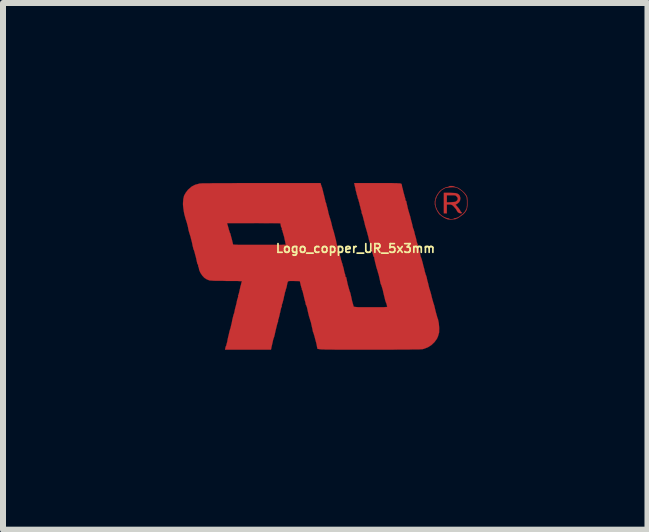
<source format=kicad_pcb>
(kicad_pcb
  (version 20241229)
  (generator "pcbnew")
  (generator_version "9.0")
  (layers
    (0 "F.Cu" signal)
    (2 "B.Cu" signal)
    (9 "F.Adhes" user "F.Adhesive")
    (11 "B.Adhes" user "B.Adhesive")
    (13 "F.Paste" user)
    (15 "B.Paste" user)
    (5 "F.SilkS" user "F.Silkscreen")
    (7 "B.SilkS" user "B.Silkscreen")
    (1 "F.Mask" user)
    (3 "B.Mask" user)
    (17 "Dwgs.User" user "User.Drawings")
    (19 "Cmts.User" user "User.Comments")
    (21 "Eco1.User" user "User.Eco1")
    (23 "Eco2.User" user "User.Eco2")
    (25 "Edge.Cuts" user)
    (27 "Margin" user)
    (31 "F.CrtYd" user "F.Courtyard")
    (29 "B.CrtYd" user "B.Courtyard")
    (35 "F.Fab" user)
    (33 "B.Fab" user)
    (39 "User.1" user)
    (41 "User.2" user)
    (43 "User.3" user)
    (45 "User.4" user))
  (footprint "Logo_copper_UR_5x3mm"
    (layer "F.Cu")
    (at 2.376 1.391)
    (property "Reference" "Logo_copper_UR_5x3mm" (at 0.5 -0.3 0) (layer "F.SilkS") (effects (font (size 0.145 0.145) (thickness 0.028))))
    (attr exclude_from_pos_files exclude_from_bom)
    (fp_poly (pts (xy 2.276 -0.894) (xy 2.268 -0.886) (xy 2.253 -0.884) (xy 2.233 -0.889) (xy 2.217 -0.897) (xy 2.212 -0.899) (xy 2.197 -0.917) (xy 2.187 -0.937) (xy 2.174 -0.958) (xy 2.154 -0.98) (xy 2.141 -0.996) (xy 2.121 -1.016) (xy 2.103 -1.026) (xy 2.085 -1.031) (xy 2.065 -1.031) (xy 2.024 -1.031) (xy 2.024 -0.958) (xy 2.024 -0.884) (xy 1.999 -0.884) (xy 1.974 -0.884) (xy 1.974 -1.057) (xy 1.974 -1.227) (xy 2.073 -1.227) (xy 2.126 -1.224) (xy 2.169 -1.222) (xy 2.197 -1.214) (xy 2.22 -1.201) (xy 2.233 -1.186) (xy 2.238 -1.179) (xy 2.25 -1.14) (xy 2.245 -1.102) (xy 2.228 -1.069) (xy 2.225 -1.069) (xy 2.207 -1.052) (xy 2.207 -1.123) (xy 2.202 -1.146) (xy 2.189 -1.163) (xy 2.179 -1.173) (xy 2.169 -1.181) (xy 2.151 -1.184) (xy 2.129 -1.186) (xy 2.098 -1.186) (xy 2.024 -1.186) (xy 2.024 -1.128) (xy 2.024 -1.067) (xy 2.088 -1.069) (xy 2.121 -1.072) (xy 2.149 -1.074) (xy 2.169 -1.079) (xy 2.172 -1.079) (xy 2.197 -1.1) (xy 2.207 -1.123) (xy 2.207 -1.052) (xy 2.189 -1.039) (xy 2.182 -1.036) (xy 2.172 -1.034) (xy 2.172 -1.029) (xy 2.177 -1.019) (xy 2.195 -1.001) (xy 2.197 -0.996) (xy 2.22 -0.97) (xy 2.238 -0.945) (xy 2.245 -0.932) (xy 2.256 -0.912) (xy 2.266 -0.902) (xy 2.268 -0.902) (xy 2.276 -0.894)) (stroke (width 0.003) (type solid)) (fill yes) (layer "F.Cu"))
    (fp_poly (pts (xy 2.367 -1.062) (xy 2.367 -1.008) (xy 2.36 -0.965) (xy 2.36 -0.963) (xy 2.36 -1.054) (xy 2.36 -1.059) (xy 2.36 -1.1) (xy 2.357 -1.128) (xy 2.355 -1.148) (xy 2.349 -1.166) (xy 2.339 -1.181) (xy 2.337 -1.186) (xy 2.314 -1.217) (xy 2.281 -1.252) (xy 2.243 -1.28) (xy 2.207 -1.303) (xy 2.202 -1.306) (xy 2.169 -1.316) (xy 2.126 -1.321) (xy 2.08 -1.318) (xy 2.035 -1.313) (xy 1.996 -1.306) (xy 1.986 -1.3) (xy 1.935 -1.27) (xy 1.892 -1.224) (xy 1.859 -1.171) (xy 1.836 -1.107) (xy 1.831 -1.052) (xy 1.841 -0.993) (xy 1.864 -0.937) (xy 1.9 -0.884) (xy 1.913 -0.869) (xy 1.938 -0.848) (xy 1.968 -0.828) (xy 2.002 -0.813) (xy 2.029 -0.803) (xy 2.035 -0.803) (xy 2.052 -0.8) (xy 2.06 -0.795) (xy 2.07 -0.79) (xy 2.09 -0.787) (xy 2.101 -0.787) (xy 2.123 -0.79) (xy 2.139 -0.792) (xy 2.141 -0.795) (xy 2.151 -0.803) (xy 2.164 -0.803) (xy 2.192 -0.81) (xy 2.225 -0.826) (xy 2.258 -0.851) (xy 2.294 -0.879) (xy 2.322 -0.909) (xy 2.337 -0.935) (xy 2.347 -0.953) (xy 2.355 -0.968) (xy 2.357 -0.988) (xy 2.36 -1.016) (xy 2.36 -1.054) (xy 2.36 -0.963) (xy 2.347 -0.93) (xy 2.324 -0.897) (xy 2.294 -0.866) (xy 2.248 -0.833) (xy 2.238 -0.826) (xy 2.207 -0.805) (xy 2.184 -0.795) (xy 2.164 -0.787) (xy 2.136 -0.785) (xy 2.121 -0.785) (xy 2.088 -0.782) (xy 2.06 -0.782) (xy 2.04 -0.785) (xy 2.012 -0.795) (xy 1.976 -0.813) (xy 1.941 -0.836) (xy 1.91 -0.861) (xy 1.897 -0.871) (xy 1.869 -0.912) (xy 1.844 -0.96) (xy 1.829 -1.013) (xy 1.824 -1.031) (xy 1.824 -1.085) (xy 1.836 -1.14) (xy 1.862 -1.194) (xy 1.897 -1.242) (xy 1.91 -1.257) (xy 1.943 -1.283) (xy 1.976 -1.303) (xy 2.012 -1.318) (xy 2.037 -1.323) (xy 2.052 -1.328) (xy 2.06 -1.331) (xy 2.07 -1.339) (xy 2.09 -1.339) (xy 2.116 -1.339) (xy 2.136 -1.336) (xy 2.144 -1.333) (xy 2.159 -1.326) (xy 2.184 -1.318) (xy 2.189 -1.316) (xy 2.217 -1.306) (xy 2.25 -1.283) (xy 2.283 -1.257) (xy 2.316 -1.227) (xy 2.339 -1.199) (xy 2.349 -1.184) (xy 2.36 -1.163) (xy 2.365 -1.143) (xy 2.367 -1.118) (xy 2.367 -1.082) (xy 2.367 -1.062)) (stroke (width 0.003) (type solid)) (fill yes) (layer "F.Cu"))
    (fp_poly (pts (xy 1.897 1.029) (xy 1.895 1.102) (xy 1.877 1.166) (xy 1.859 1.206) (xy 1.819 1.262) (xy 1.768 1.311) (xy 1.709 1.349) (xy 1.643 1.374) (xy 1.613 1.382) (xy 1.595 1.382) (xy 1.565 1.384) (xy 1.519 1.384) (xy 1.458 1.384) (xy 1.384 1.387) (xy 1.3 1.387) (xy 1.201 1.387) (xy 1.095 1.389) (xy 0.975 1.389) (xy 0.848 1.389) (xy 0.724 1.389) (xy 0.587 1.389) (xy 0.465 1.389) (xy 0.358 1.389) (xy 0.264 1.389) (xy 0.183 1.389) (xy 0.112 1.387) (xy 0.053 1.387) (xy 0.005 1.387) (xy -0.033 1.384) (xy -0.064 1.384) (xy -0.089 1.382) (xy -0.107 1.379) (xy -0.119 1.377) (xy -0.13 1.374) (xy -0.135 1.372) (xy -0.137 1.367) (xy -0.137 1.364) (xy -0.137 1.359) (xy -0.137 1.356) (xy -0.14 1.344) (xy -0.145 1.316) (xy -0.152 1.283) (xy -0.163 1.242) (xy -0.173 1.204) (xy -0.183 1.166) (xy -0.191 1.138) (xy -0.198 1.118) (xy -0.198 1.115) (xy -0.206 1.095) (xy -0.211 1.082) (xy -0.211 1.079) (xy -0.213 1.067) (xy -0.218 1.041) (xy -0.226 1.008) (xy -0.234 0.973) (xy -0.241 0.937) (xy -0.251 0.909) (xy -0.257 0.886) (xy -0.259 0.881) (xy -0.264 0.864) (xy -0.274 0.833) (xy -0.284 0.792) (xy -0.295 0.744) (xy -0.307 0.688) (xy -0.315 0.663) (xy -0.323 0.645) (xy -0.325 0.64) (xy -0.33 0.635) (xy -0.33 0.627) (xy -0.333 0.607) (xy -0.335 0.599) (xy -0.338 0.587) (xy -0.345 0.564) (xy -0.353 0.531) (xy -0.361 0.495) (xy -0.371 0.457) (xy -0.378 0.424) (xy -0.386 0.401) (xy -0.391 0.391) (xy -0.396 0.378) (xy -0.394 0.373) (xy -0.394 0.366) (xy -0.396 0.363) (xy -0.401 0.356) (xy -0.406 0.335) (xy -0.414 0.307) (xy -0.414 0.305) (xy -0.427 0.246) (xy -0.526 0.244) (xy -0.566 0.244) (xy -0.594 0.244) (xy -0.615 0.246) (xy -0.625 0.254) (xy -0.632 0.269) (xy -0.638 0.295) (xy -0.643 0.32) (xy -0.648 0.345) (xy -0.653 0.366) (xy -0.655 0.368) (xy -0.655 -0.361) (xy -0.665 -0.373) (xy -0.665 -0.378) (xy -0.668 -0.391) (xy -0.673 -0.419) (xy -0.681 -0.452) (xy -0.688 -0.49) (xy -0.699 -0.526) (xy -0.709 -0.561) (xy -0.716 -0.587) (xy -0.721 -0.605) (xy -0.724 -0.607) (xy -0.729 -0.622) (xy -0.726 -0.63) (xy -0.726 -0.64) (xy -0.729 -0.64) (xy -0.734 -0.648) (xy -0.742 -0.665) (xy -0.744 -0.681) (xy -0.752 -0.719) (xy -1.196 -0.721) (xy -1.641 -0.721) (xy -1.618 -0.643) (xy -1.61 -0.61) (xy -1.6 -0.582) (xy -1.595 -0.564) (xy -1.593 -0.559) (xy -1.587 -0.551) (xy -1.582 -0.531) (xy -1.577 -0.511) (xy -1.567 -0.475) (xy -1.557 -0.437) (xy -1.554 -0.422) (xy -1.547 -0.396) (xy -1.542 -0.373) (xy -1.539 -0.366) (xy -1.534 -0.363) (xy -1.524 -0.363) (xy -1.504 -0.361) (xy -1.476 -0.361) (xy -1.438 -0.358) (xy -1.387 -0.358) (xy -1.326 -0.358) (xy -1.25 -0.358) (xy -1.161 -0.358) (xy -1.09 -0.358) (xy -1.008 -0.358) (xy -0.93 -0.358) (xy -0.859 -0.358) (xy -0.798 -0.358) (xy -0.744 -0.358) (xy -0.701 -0.361) (xy -0.673 -0.361) (xy -0.658 -0.361) (xy -0.655 -0.361) (xy -0.655 0.368) (xy -0.658 0.373) (xy -0.66 0.381) (xy -0.665 0.404) (xy -0.676 0.437) (xy -0.683 0.475) (xy -0.691 0.503) (xy -0.699 0.546) (xy -0.709 0.584) (xy -0.716 0.612) (xy -0.724 0.63) (xy -0.724 0.635) (xy -0.729 0.645) (xy -0.729 0.65) (xy -0.726 0.665) (xy -0.729 0.671) (xy -0.734 0.681) (xy -0.742 0.704) (xy -0.749 0.737) (xy -0.757 0.775) (xy -0.759 0.78) (xy -0.767 0.818) (xy -0.775 0.851) (xy -0.782 0.876) (xy -0.787 0.886) (xy -0.787 0.889) (xy -0.79 0.902) (xy -0.79 0.907) (xy -0.79 0.922) (xy -0.792 0.927) (xy -0.798 0.94) (xy -0.805 0.963) (xy -0.813 0.996) (xy -0.823 1.036) (xy -0.828 1.057) (xy -0.838 1.1) (xy -0.846 1.138) (xy -0.853 1.166) (xy -0.859 1.186) (xy -0.861 1.189) (xy -0.866 1.204) (xy -0.874 1.232) (xy -0.881 1.265) (xy -0.884 1.28) (xy -0.892 1.313) (xy -0.899 1.344) (xy -0.904 1.367) (xy -0.904 1.372) (xy -0.909 1.389) (xy -1.293 1.389) (xy -1.674 1.389) (xy -1.669 1.361) (xy -1.664 1.341) (xy -1.659 1.328) (xy -1.656 1.328) (xy -1.654 1.318) (xy -1.648 1.293) (xy -1.638 1.26) (xy -1.631 1.219) (xy -1.621 1.173) (xy -1.61 1.128) (xy -1.603 1.097) (xy -1.598 1.074) (xy -1.593 1.062) (xy -1.593 1.059) (xy -1.59 1.049) (xy -1.582 1.026) (xy -1.575 0.993) (xy -1.565 0.953) (xy -1.56 0.93) (xy -1.552 0.886) (xy -1.542 0.846) (xy -1.534 0.815) (xy -1.529 0.795) (xy -1.527 0.792) (xy -1.521 0.777) (xy -1.516 0.752) (xy -1.509 0.716) (xy -1.499 0.676) (xy -1.494 0.658) (xy -1.483 0.615) (xy -1.476 0.577) (xy -1.468 0.544) (xy -1.46 0.526) (xy -1.46 0.521) (xy -1.455 0.505) (xy -1.455 0.498) (xy -1.458 0.488) (xy -1.455 0.483) (xy -1.45 0.472) (xy -1.443 0.45) (xy -1.435 0.417) (xy -1.427 0.378) (xy -1.425 0.373) (xy -1.417 0.333) (xy -1.407 0.3) (xy -1.402 0.274) (xy -1.397 0.262) (xy -1.392 0.251) (xy -1.394 0.249) (xy -1.405 0.246) (xy -1.427 0.246) (xy -1.463 0.244) (xy -1.509 0.244) (xy -1.562 0.244) (xy -1.623 0.244) (xy -1.646 0.244) (xy -1.709 0.241) (xy -1.77 0.241) (xy -1.824 0.241) (xy -1.872 0.239) (xy -1.908 0.236) (xy -1.93 0.236) (xy -1.933 0.234) (xy -1.976 0.218) (xy -2.019 0.191) (xy -2.055 0.152) (xy -2.085 0.107) (xy -2.106 0.058) (xy -2.108 0.041) (xy -2.113 0.02) (xy -2.118 0.005) (xy -2.121 0.003) (xy -2.123 -0.005) (xy -2.123 -0.015) (xy -2.123 -0.028) (xy -2.126 -0.03) (xy -2.134 -0.038) (xy -2.139 -0.056) (xy -2.139 -0.058) (xy -2.146 -0.089) (xy -2.154 -0.127) (xy -2.164 -0.168) (xy -2.174 -0.203) (xy -2.182 -0.236) (xy -2.189 -0.259) (xy -2.192 -0.269) (xy -2.2 -0.284) (xy -2.205 -0.305) (xy -2.205 -0.307) (xy -2.215 -0.345) (xy -2.223 -0.389) (xy -2.233 -0.429) (xy -2.243 -0.467) (xy -2.25 -0.498) (xy -2.258 -0.518) (xy -2.258 -0.523) (xy -2.263 -0.536) (xy -2.271 -0.564) (xy -2.281 -0.597) (xy -2.289 -0.638) (xy -2.291 -0.65) (xy -2.301 -0.691) (xy -2.311 -0.729) (xy -2.322 -0.762) (xy -2.327 -0.78) (xy -2.329 -0.782) (xy -2.339 -0.82) (xy -2.352 -0.866) (xy -2.362 -0.919) (xy -2.37 -0.975) (xy -2.375 -1.026) (xy -2.375 -1.057) (xy -2.37 -1.123) (xy -2.357 -1.179) (xy -2.329 -1.229) (xy -2.291 -1.278) (xy -2.283 -1.285) (xy -2.23 -1.331) (xy -2.172 -1.361) (xy -2.103 -1.379) (xy -2.101 -1.382) (xy -2.085 -1.382) (xy -2.052 -1.384) (xy -2.007 -1.384) (xy -1.943 -1.384) (xy -1.869 -1.387) (xy -1.778 -1.387) (xy -1.676 -1.387) (xy -1.562 -1.387) (xy -1.433 -1.389) (xy -1.295 -1.389) (xy -1.146 -1.389) (xy -1.067 -1.389) (xy -0.081 -1.389) (xy -0.076 -1.367) (xy -0.069 -1.346) (xy -0.066 -1.336) (xy -0.061 -1.321) (xy -0.058 -1.321) (xy -0.056 -1.306) (xy -0.053 -1.3) (xy -0.051 -1.288) (xy -0.043 -1.262) (xy -0.036 -1.229) (xy -0.025 -1.189) (xy -0.023 -1.181) (xy -0.013 -1.14) (xy -0.005 -1.105) (xy 0 -1.077) (xy 0.008 -1.062) (xy 0.008 -1.059) (xy 0.013 -1.046) (xy 0.018 -1.019) (xy 0.028 -0.986) (xy 0.038 -0.945) (xy 0.041 -0.937) (xy 0.048 -0.897) (xy 0.058 -0.861) (xy 0.066 -0.833) (xy 0.071 -0.818) (xy 0.071 -0.815) (xy 0.076 -0.803) (xy 0.084 -0.775) (xy 0.094 -0.742) (xy 0.104 -0.701) (xy 0.104 -0.699) (xy 0.114 -0.658) (xy 0.124 -0.622) (xy 0.132 -0.597) (xy 0.137 -0.582) (xy 0.137 -0.579) (xy 0.142 -0.566) (xy 0.147 -0.541) (xy 0.157 -0.508) (xy 0.165 -0.472) (xy 0.175 -0.437) (xy 0.18 -0.406) (xy 0.185 -0.386) (xy 0.185 -0.381) (xy 0.188 -0.368) (xy 0.196 -0.348) (xy 0.198 -0.345) (xy 0.203 -0.328) (xy 0.213 -0.3) (xy 0.224 -0.262) (xy 0.234 -0.218) (xy 0.234 -0.213) (xy 0.244 -0.173) (xy 0.254 -0.14) (xy 0.259 -0.112) (xy 0.264 -0.097) (xy 0.269 -0.081) (xy 0.272 -0.076) (xy 0.274 -0.061) (xy 0.277 -0.056) (xy 0.282 -0.043) (xy 0.287 -0.018) (xy 0.297 0.013) (xy 0.305 0.043) (xy 0.312 0.081) (xy 0.32 0.112) (xy 0.328 0.135) (xy 0.33 0.145) (xy 0.333 0.163) (xy 0.333 0.168) (xy 0.338 0.178) (xy 0.34 0.178) (xy 0.348 0.183) (xy 0.348 0.191) (xy 0.351 0.203) (xy 0.356 0.229) (xy 0.363 0.262) (xy 0.371 0.3) (xy 0.381 0.335) (xy 0.391 0.371) (xy 0.399 0.399) (xy 0.404 0.414) (xy 0.404 0.417) (xy 0.409 0.427) (xy 0.417 0.452) (xy 0.424 0.485) (xy 0.434 0.526) (xy 0.437 0.544) (xy 0.447 0.587) (xy 0.457 0.622) (xy 0.465 0.65) (xy 0.47 0.668) (xy 0.472 0.671) (xy 0.478 0.673) (xy 0.493 0.676) (xy 0.516 0.678) (xy 0.551 0.681) (xy 0.597 0.681) (xy 0.658 0.681) (xy 0.732 0.681) (xy 0.757 0.681) (xy 0.831 0.681) (xy 0.892 0.681) (xy 0.937 0.681) (xy 0.973 0.681) (xy 0.996 0.678) (xy 1.013 0.678) (xy 1.024 0.676) (xy 1.029 0.673) (xy 1.029 0.668) (xy 1.024 0.65) (xy 1.019 0.63) (xy 1.013 0.61) (xy 1.006 0.597) (xy 1.003 0.587) (xy 0.996 0.564) (xy 0.988 0.531) (xy 0.978 0.49) (xy 0.975 0.478) (xy 0.965 0.437) (xy 0.958 0.401) (xy 0.95 0.373) (xy 0.945 0.358) (xy 0.945 0.356) (xy 0.94 0.34) (xy 0.937 0.335) (xy 0.935 0.323) (xy 0.927 0.305) (xy 0.919 0.287) (xy 0.917 0.274) (xy 0.914 0.262) (xy 0.909 0.236) (xy 0.902 0.203) (xy 0.894 0.168) (xy 0.886 0.135) (xy 0.876 0.104) (xy 0.871 0.084) (xy 0.869 0.076) (xy 0.864 0.061) (xy 0.856 0.036) (xy 0.846 0.003) (xy 0.838 -0.033) (xy 0.828 -0.071) (xy 0.82 -0.107) (xy 0.815 -0.132) (xy 0.813 -0.147) (xy 0.813 -0.15) (xy 0.808 -0.16) (xy 0.805 -0.16) (xy 0.8 -0.168) (xy 0.795 -0.188) (xy 0.79 -0.208) (xy 0.772 -0.274) (xy 0.759 -0.328) (xy 0.749 -0.368) (xy 0.742 -0.394) (xy 0.739 -0.401) (xy 0.734 -0.414) (xy 0.726 -0.442) (xy 0.719 -0.475) (xy 0.709 -0.516) (xy 0.706 -0.523) (xy 0.696 -0.564) (xy 0.686 -0.599) (xy 0.678 -0.627) (xy 0.673 -0.643) (xy 0.673 -0.645) (xy 0.668 -0.658) (xy 0.66 -0.686) (xy 0.653 -0.719) (xy 0.643 -0.759) (xy 0.64 -0.767) (xy 0.63 -0.808) (xy 0.622 -0.841) (xy 0.612 -0.869) (xy 0.607 -0.881) (xy 0.602 -0.897) (xy 0.602 -0.904) (xy 0.602 -0.919) (xy 0.599 -0.922) (xy 0.597 -0.932) (xy 0.589 -0.955) (xy 0.582 -0.988) (xy 0.572 -1.024) (xy 0.564 -1.059) (xy 0.554 -1.092) (xy 0.549 -1.115) (xy 0.544 -1.125) (xy 0.538 -1.138) (xy 0.538 -1.14) (xy 0.536 -1.156) (xy 0.533 -1.161) (xy 0.531 -1.173) (xy 0.523 -1.196) (xy 0.516 -1.229) (xy 0.505 -1.267) (xy 0.498 -1.308) (xy 0.488 -1.344) (xy 0.483 -1.372) (xy 0.478 -1.389) (xy 0.866 -1.389) (xy 0.955 -1.389) (xy 1.031 -1.389) (xy 1.095 -1.389) (xy 1.146 -1.387) (xy 1.184 -1.387) (xy 1.214 -1.384) (xy 1.234 -1.384) (xy 1.25 -1.382) (xy 1.26 -1.379) (xy 1.265 -1.377) (xy 1.273 -1.361) (xy 1.275 -1.354) (xy 1.275 -1.339) (xy 1.278 -1.331) (xy 1.28 -1.318) (xy 1.288 -1.295) (xy 1.295 -1.262) (xy 1.303 -1.229) (xy 1.313 -1.194) (xy 1.321 -1.163) (xy 1.328 -1.14) (xy 1.331 -1.133) (xy 1.333 -1.118) (xy 1.333 -1.11) (xy 1.336 -1.097) (xy 1.339 -1.097) (xy 1.346 -1.09) (xy 1.349 -1.085) (xy 1.351 -1.069) (xy 1.356 -1.044) (xy 1.364 -1.011) (xy 1.372 -0.973) (xy 1.382 -0.935) (xy 1.392 -0.902) (xy 1.4 -0.874) (xy 1.405 -0.859) (xy 1.405 -0.856) (xy 1.41 -0.843) (xy 1.417 -0.815) (xy 1.425 -0.782) (xy 1.435 -0.742) (xy 1.438 -0.734) (xy 1.448 -0.693) (xy 1.455 -0.658) (xy 1.463 -0.632) (xy 1.468 -0.617) (xy 1.471 -0.617) (xy 1.473 -0.605) (xy 1.481 -0.579) (xy 1.488 -0.546) (xy 1.499 -0.505) (xy 1.504 -0.49) (xy 1.514 -0.45) (xy 1.521 -0.414) (xy 1.529 -0.389) (xy 1.534 -0.373) (xy 1.539 -0.363) (xy 1.544 -0.343) (xy 1.552 -0.315) (xy 1.562 -0.279) (xy 1.57 -0.246) (xy 1.577 -0.216) (xy 1.582 -0.191) (xy 1.585 -0.178) (xy 1.587 -0.165) (xy 1.595 -0.145) (xy 1.595 -0.142) (xy 1.603 -0.124) (xy 1.61 -0.097) (xy 1.621 -0.058) (xy 1.631 -0.015) (xy 1.636 0.003) (xy 1.648 0.046) (xy 1.656 0.086) (xy 1.666 0.117) (xy 1.671 0.137) (xy 1.674 0.142) (xy 1.679 0.155) (xy 1.687 0.18) (xy 1.694 0.216) (xy 1.704 0.257) (xy 1.707 0.264) (xy 1.717 0.305) (xy 1.725 0.34) (xy 1.732 0.368) (xy 1.737 0.384) (xy 1.74 0.386) (xy 1.742 0.399) (xy 1.75 0.424) (xy 1.76 0.46) (xy 1.77 0.5) (xy 1.77 0.503) (xy 1.781 0.544) (xy 1.791 0.579) (xy 1.798 0.605) (xy 1.803 0.62) (xy 1.808 0.635) (xy 1.816 0.66) (xy 1.824 0.696) (xy 1.834 0.737) (xy 1.836 0.747) (xy 1.847 0.787) (xy 1.857 0.823) (xy 1.864 0.848) (xy 1.869 0.864) (xy 1.869 0.866) (xy 1.875 0.876) (xy 1.88 0.899) (xy 1.887 0.932) (xy 1.89 0.95) (xy 1.897 1.029)) (stroke (width 0.003) (type solid)) (fill yes) (layer "F.Cu")))
  (gr_rect
    (start -3 -3)
    (end 7.745 5.781)
    (stroke (width 0.1) (type default))
    (fill no)
    (layer "Edge.Cuts")))
</source>
